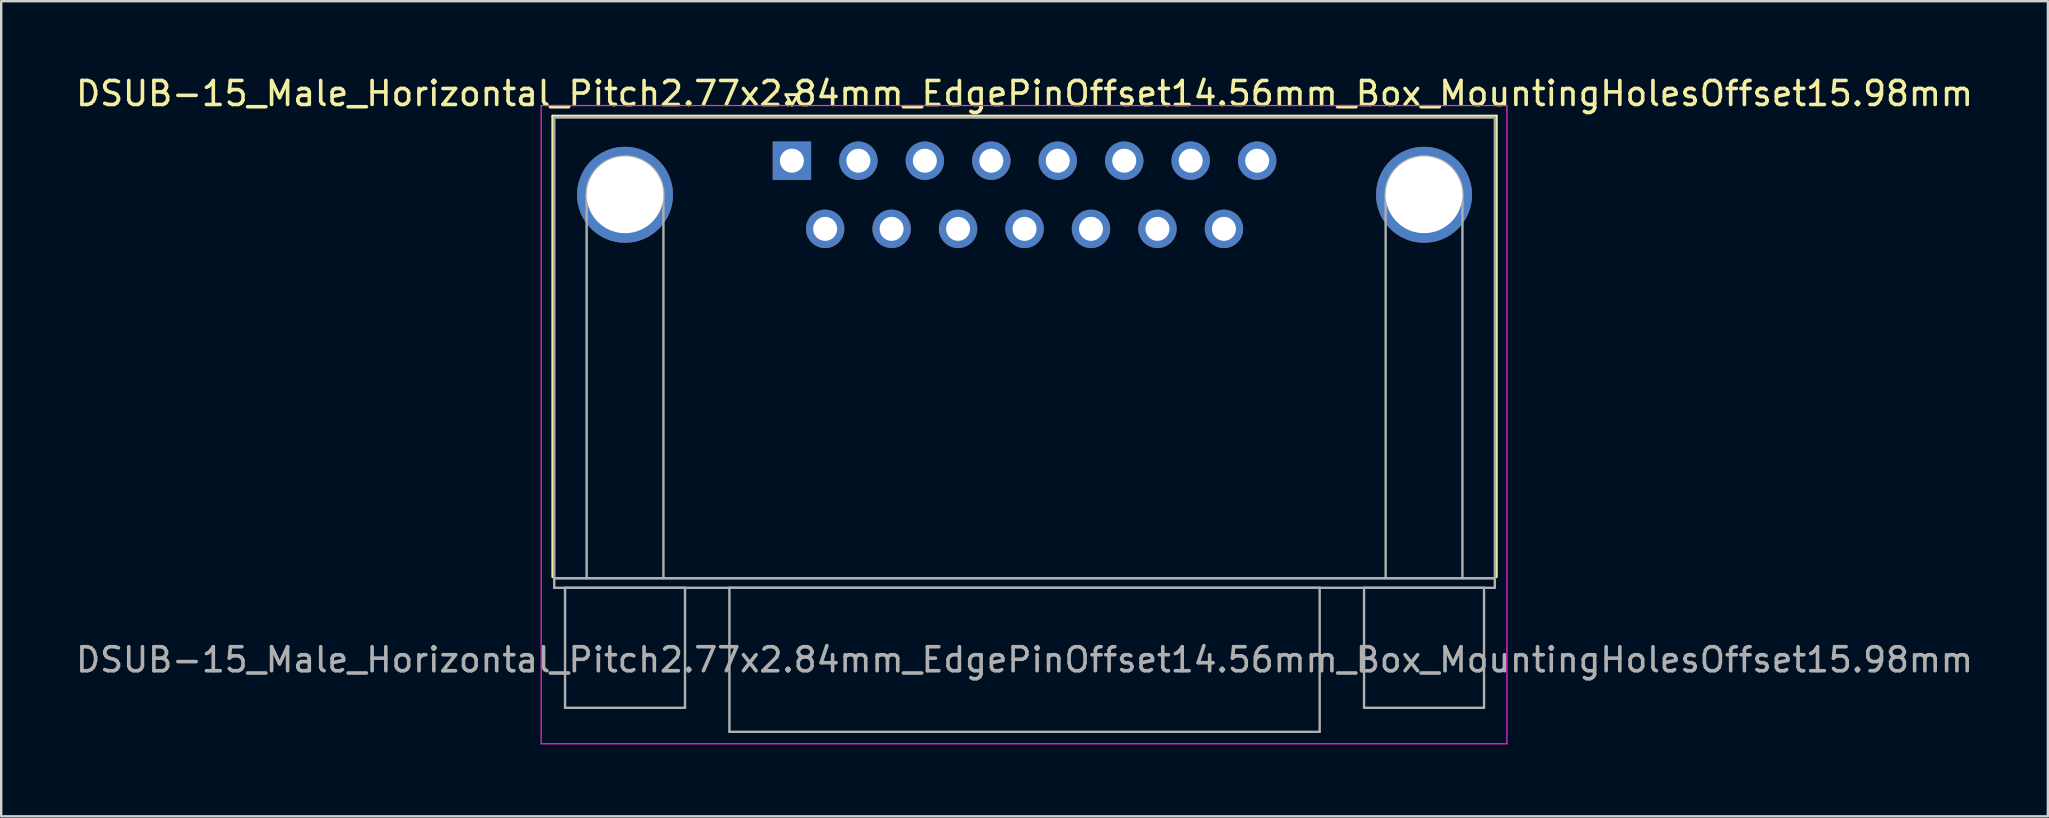
<source format=kicad_pcb>
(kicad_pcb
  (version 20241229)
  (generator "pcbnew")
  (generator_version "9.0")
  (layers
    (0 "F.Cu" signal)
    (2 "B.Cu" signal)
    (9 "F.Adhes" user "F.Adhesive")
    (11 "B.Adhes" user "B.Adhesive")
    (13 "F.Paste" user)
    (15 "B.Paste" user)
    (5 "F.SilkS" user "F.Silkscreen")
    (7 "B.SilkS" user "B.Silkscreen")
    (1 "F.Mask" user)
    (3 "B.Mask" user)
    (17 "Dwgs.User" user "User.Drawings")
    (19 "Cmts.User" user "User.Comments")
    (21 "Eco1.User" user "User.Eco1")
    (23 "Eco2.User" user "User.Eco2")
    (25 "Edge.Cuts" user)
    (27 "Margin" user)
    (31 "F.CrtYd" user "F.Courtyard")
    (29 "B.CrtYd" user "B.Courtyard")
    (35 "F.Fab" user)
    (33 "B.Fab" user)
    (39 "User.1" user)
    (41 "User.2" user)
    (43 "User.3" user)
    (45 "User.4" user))
  (footprint "DSUB-15_Male_Horizontal_Pitch2.77x2.84mm_EdgePinOffset14.56mm_Box_MountingHolesOffset15.98mm"
    (layer "F.Cu")
    (at 29.954 3.648)
    (property "Reference" "DSUB-15_Male_Horizontal_Pitch2.77x2.84mm_EdgePinOffset14.56mm_Box_MountingHolesOffset15.98mm" (at 9.695 -2.8 0) (layer "F.SilkS") (effects (font (size 1 1) (thickness 0.15))))
    (attr through_hole)
    (fp_line (start -9.965 -1.86) (end 29.355 -1.86) (stroke (width 0.12) (type solid)) (layer "F.SilkS"))
    (fp_line (start -9.965 17.34) (end -9.965 -1.86) (stroke (width 0.12) (type solid)) (layer "F.SilkS"))
    (fp_line (start -0.25 -2.754) (end 0.25 -2.754) (stroke (width 0.12) (type solid)) (layer "F.SilkS"))
    (fp_line (start 0 -2.321) (end -0.25 -2.754) (stroke (width 0.12) (type solid)) (layer "F.SilkS"))
    (fp_line (start 0.25 -2.754) (end 0 -2.321) (stroke (width 0.12) (type solid)) (layer "F.SilkS"))
    (fp_line (start 29.355 -1.86) (end 29.355 17.34) (stroke (width 0.12) (type solid)) (layer "F.SilkS"))
    (fp_line (start -10.45 -2.3) (end -10.45 24.3) (stroke (width 0.05) (type solid)) (layer "F.CrtYd"))
    (fp_line (start -10.45 24.3) (end 29.8 24.3) (stroke (width 0.05) (type solid)) (layer "F.CrtYd"))
    (fp_line (start 29.8 -2.3) (end -10.45 -2.3) (stroke (width 0.05) (type solid)) (layer "F.CrtYd"))
    (fp_line (start 29.8 24.3) (end 29.8 -2.3) (stroke (width 0.05) (type solid)) (layer "F.CrtYd"))
    (fp_line (start -9.905 -1.8) (end -9.905 17.4) (stroke (width 0.1) (type solid)) (layer "F.Fab"))
    (fp_line (start -9.905 17.4) (end -9.905 17.8) (stroke (width 0.1) (type solid)) (layer "F.Fab"))
    (fp_line (start -9.905 17.4) (end 29.295 17.4) (stroke (width 0.1) (type solid)) (layer "F.Fab"))
    (fp_line (start -9.905 17.8) (end 29.295 17.8) (stroke (width 0.1) (type solid)) (layer "F.Fab"))
    (fp_line (start -9.455 17.8) (end -9.455 22.8) (stroke (width 0.1) (type solid)) (layer "F.Fab"))
    (fp_line (start -9.455 22.8) (end -4.455 22.8) (stroke (width 0.1) (type solid)) (layer "F.Fab"))
    (fp_line (start -8.555 17.4) (end -8.555 1.42) (stroke (width 0.1) (type solid)) (layer "F.Fab"))
    (fp_line (start -5.355 17.4) (end -5.355 1.42) (stroke (width 0.1) (type solid)) (layer "F.Fab"))
    (fp_line (start -4.455 17.8) (end -9.455 17.8) (stroke (width 0.1) (type solid)) (layer "F.Fab"))
    (fp_line (start -4.455 22.8) (end -4.455 17.8) (stroke (width 0.1) (type solid)) (layer "F.Fab"))
    (fp_line (start -2.605 17.8) (end -2.605 23.8) (stroke (width 0.1) (type solid)) (layer "F.Fab"))
    (fp_line (start -2.605 23.8) (end 21.995 23.8) (stroke (width 0.1) (type solid)) (layer "F.Fab"))
    (fp_line (start 21.995 17.8) (end -2.605 17.8) (stroke (width 0.1) (type solid)) (layer "F.Fab"))
    (fp_line (start 21.995 23.8) (end 21.995 17.8) (stroke (width 0.1) (type solid)) (layer "F.Fab"))
    (fp_line (start 23.845 17.8) (end 23.845 22.8) (stroke (width 0.1) (type solid)) (layer "F.Fab"))
    (fp_line (start 23.845 22.8) (end 28.845 22.8) (stroke (width 0.1) (type solid)) (layer "F.Fab"))
    (fp_line (start 24.745 17.4) (end 24.745 1.42) (stroke (width 0.1) (type solid)) (layer "F.Fab"))
    (fp_line (start 27.945 17.4) (end 27.945 1.42) (stroke (width 0.1) (type solid)) (layer "F.Fab"))
    (fp_line (start 28.845 17.8) (end 23.845 17.8) (stroke (width 0.1) (type solid)) (layer "F.Fab"))
    (fp_line (start 28.845 22.8) (end 28.845 17.8) (stroke (width 0.1) (type solid)) (layer "F.Fab"))
    (fp_line (start 29.295 -1.8) (end -9.905 -1.8) (stroke (width 0.1) (type solid)) (layer "F.Fab"))
    (fp_line (start 29.295 17.4) (end -9.905 17.4) (stroke (width 0.1) (type solid)) (layer "F.Fab"))
    (fp_line (start 29.295 17.4) (end 29.295 -1.8) (stroke (width 0.1) (type solid)) (layer "F.Fab"))
    (fp_line (start 29.295 17.8) (end 29.295 17.4) (stroke (width 0.1) (type solid)) (layer "F.Fab"))
    (fp_arc (start -8.555 1.42) (mid -6.955 -0.18) (end -5.355 1.42) (stroke (width 0.1) (type solid)) (layer "F.Fab"))
    (fp_arc (start 24.745 1.42) (mid 26.345 -0.18) (end 27.945 1.42) (stroke (width 0.1) (type solid)) (layer "F.Fab"))
    (fp_text user "${REFERENCE}" (at 9.695 20.8 0) (layer "F.Fab") (effects (font (size 1 1) (thickness 0.15))))
    (pad "0" thru_hole circle (at -6.955 1.42) (size 4 4) (drill 3.2) (layers "*.Cu" "*.Mask"))
    (pad "0" thru_hole circle (at 26.345 1.42) (size 4 4) (drill 3.2) (layers "*.Cu" "*.Mask"))
    (pad "1" thru_hole rect (at 0 0) (size 1.6 1.6) (drill 1) (layers "*.Cu" "*.Mask"))
    (pad "2" thru_hole circle (at 2.77 0) (size 1.6 1.6) (drill 1) (layers "*.Cu" "*.Mask"))
    (pad "3" thru_hole circle (at 5.54 0) (size 1.6 1.6) (drill 1) (layers "*.Cu" "*.Mask"))
    (pad "4" thru_hole circle (at 8.31 0) (size 1.6 1.6) (drill 1) (layers "*.Cu" "*.Mask"))
    (pad "5" thru_hole circle (at 11.08 0) (size 1.6 1.6) (drill 1) (layers "*.Cu" "*.Mask"))
    (pad "6" thru_hole circle (at 13.85 0) (size 1.6 1.6) (drill 1) (layers "*.Cu" "*.Mask"))
    (pad "7" thru_hole circle (at 16.62 0) (size 1.6 1.6) (drill 1) (layers "*.Cu" "*.Mask"))
    (pad "8" thru_hole circle (at 19.39 0) (size 1.6 1.6) (drill 1) (layers "*.Cu" "*.Mask"))
    (pad "9" thru_hole circle (at 1.385 2.84) (size 1.6 1.6) (drill 1) (layers "*.Cu" "*.Mask"))
    (pad "10" thru_hole circle (at 4.155 2.84) (size 1.6 1.6) (drill 1) (layers "*.Cu" "*.Mask"))
    (pad "11" thru_hole circle (at 6.925 2.84) (size 1.6 1.6) (drill 1) (layers "*.Cu" "*.Mask"))
    (pad "12" thru_hole circle (at 9.695 2.84) (size 1.6 1.6) (drill 1) (layers "*.Cu" "*.Mask"))
    (pad "13" thru_hole circle (at 12.465 2.84) (size 1.6 1.6) (drill 1) (layers "*.Cu" "*.Mask"))
    (pad "14" thru_hole circle (at 15.235 2.84) (size 1.6 1.6) (drill 1) (layers "*.Cu" "*.Mask"))
    (pad "15" thru_hole circle (at 18.005 2.84) (size 1.6 1.6) (drill 1) (layers "*.Cu" "*.Mask")))
  (gr_rect
    (start -3 -3)
    (end 82.298 30.973)
    (stroke (width 0.1) (type default))
    (fill no)
    (layer "Edge.Cuts")))
</source>
